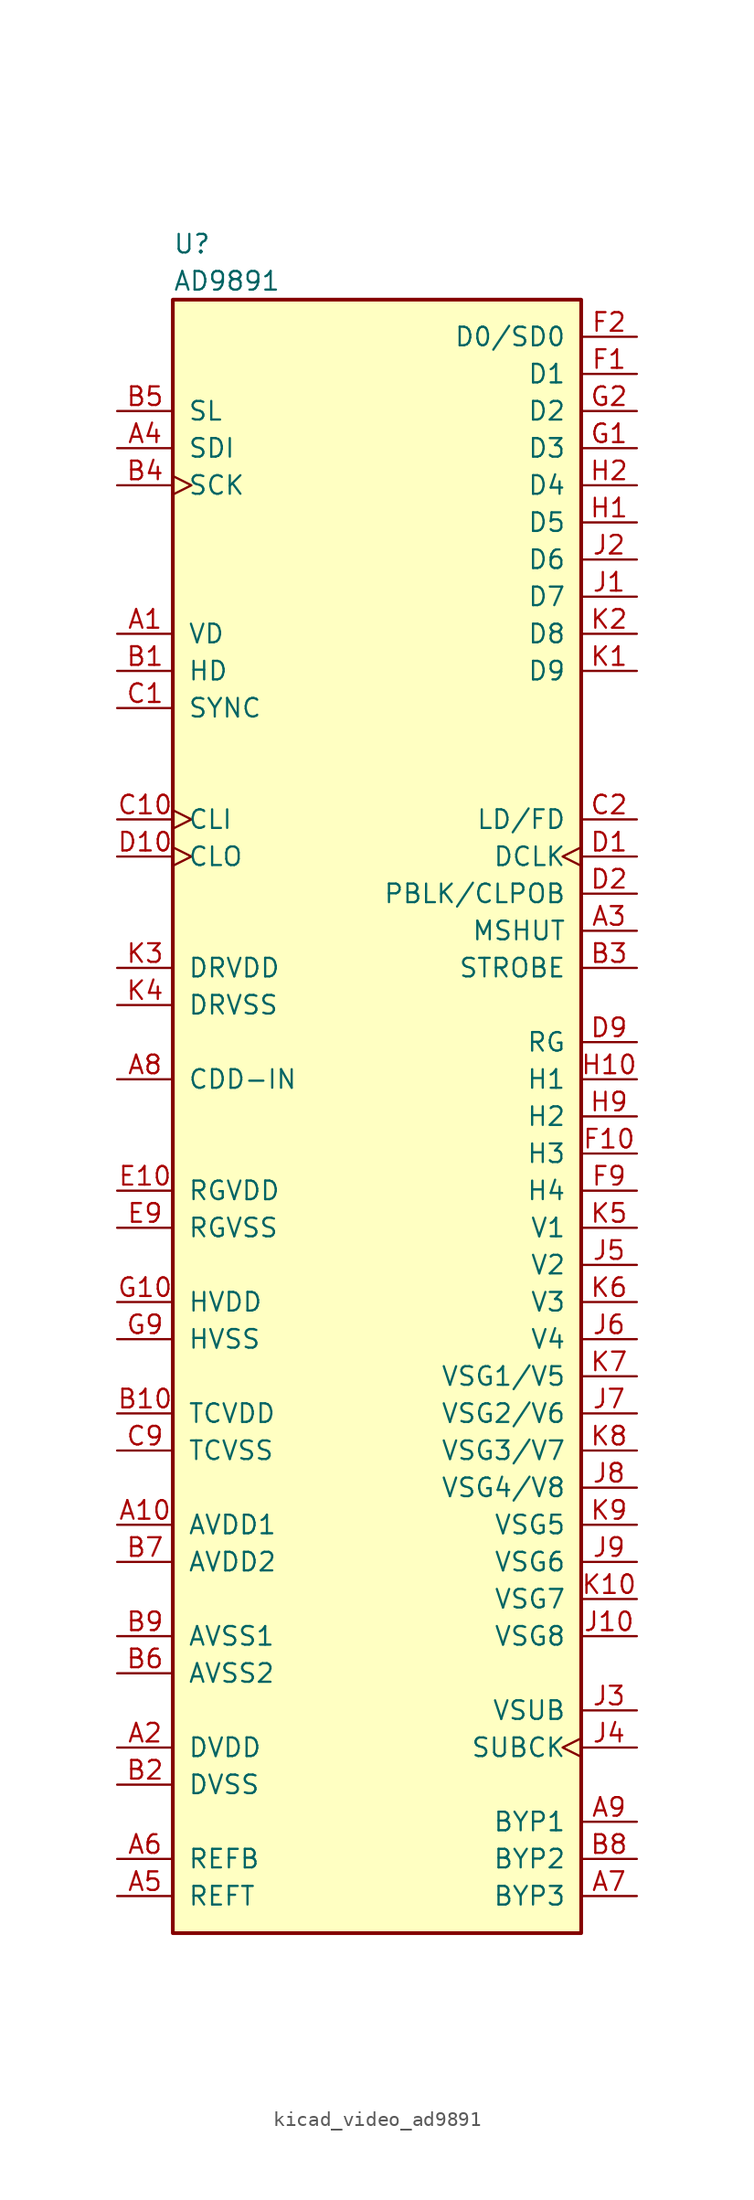
<source format=kicad_sym>
(kicad_symbol_lib
  (version 20220914)
  (generator kicad_symbol_editor)
  (symbol "kicad_video_ad9891"
    (pin_names
      (offset 1.016))
    (property "Reference" "U"
      (at -13.97 59.69 0)
      (effects (font (size 1.27 1.27)) (justify left)))
    (property "Value" "AD9891"
      (at -13.97 57.15 0)
      (effects (font (size 1.27 1.27)) (justify left)))
    (symbol "kicad_video_ad9891_0_1"
      (rectangle (start 13.97 -55.88) (end -13.97 55.88) (stroke (width 0.254) (type default)) (fill (type background))))
    (symbol "kicad_video_ad9891_1_1"
      (pin bidirectional line (at -17.78 33.02 0) (length 3.81) (name "VD" (effects (font (size 1.27 1.27)))) (number "A1" (effects (font (size 1.27 1.27)))))
      (pin power_in line (at -17.78 -27.94 0) (length 3.81) (name "AVDD1" (effects (font (size 1.27 1.27)))) (number "A10" (effects (font (size 1.27 1.27)))))
      (pin power_in line (at -17.78 -43.18 0) (length 3.81) (name "DVDD" (effects (font (size 1.27 1.27)))) (number "A2" (effects (font (size 1.27 1.27)))))
      (pin output line (at 17.78 12.7 180) (length 3.81) (name "MSHUT" (effects (font (size 1.27 1.27)))) (number "A3" (effects (font (size 1.27 1.27)))))
      (pin input line (at -17.78 45.72 0) (length 3.81) (name "SDI" (effects (font (size 1.27 1.27)))) (number "A4" (effects (font (size 1.27 1.27)))))
      (pin output line (at -17.78 -53.34 0) (length 3.81) (name "REFT" (effects (font (size 1.27 1.27)))) (number "A5" (effects (font (size 1.27 1.27)))))
      (pin output line (at -17.78 -50.8 0) (length 3.81) (name "REFB" (effects (font (size 1.27 1.27)))) (number "A6" (effects (font (size 1.27 1.27)))))
      (pin output line (at 17.78 -53.34 180) (length 3.81) (name "BYP3" (effects (font (size 1.27 1.27)))) (number "A7" (effects (font (size 1.27 1.27)))))
      (pin input line (at -17.78 2.54 0) (length 3.81) (name "CDD-IN" (effects (font (size 1.27 1.27)))) (number "A8" (effects (font (size 1.27 1.27)))))
      (pin output line (at 17.78 -48.26 180) (length 3.81) (name "BYP1" (effects (font (size 1.27 1.27)))) (number "A9" (effects (font (size 1.27 1.27)))))
      (pin bidirectional line (at -17.78 30.48 0) (length 3.81) (name "HD" (effects (font (size 1.27 1.27)))) (number "B1" (effects (font (size 1.27 1.27)))))
      (pin power_in line (at -17.78 -20.32 0) (length 3.81) (name "TCVDD" (effects (font (size 1.27 1.27)))) (number "B10" (effects (font (size 1.27 1.27)))))
      (pin power_in line (at -17.78 -45.72 0) (length 3.81) (name "DVSS" (effects (font (size 1.27 1.27)))) (number "B2" (effects (font (size 1.27 1.27)))))
      (pin output line (at 17.78 10.16 180) (length 3.81) (name "STROBE" (effects (font (size 1.27 1.27)))) (number "B3" (effects (font (size 1.27 1.27)))))
      (pin input clock (at -17.78 43.18 0) (length 3.81) (name "SCK" (effects (font (size 1.27 1.27)))) (number "B4" (effects (font (size 1.27 1.27)))))
      (pin input line (at -17.78 48.26 0) (length 3.81) (name "SL" (effects (font (size 1.27 1.27)))) (number "B5" (effects (font (size 1.27 1.27)))))
      (pin power_in line (at -17.78 -38.1 0) (length 3.81) (name "AVSS2" (effects (font (size 1.27 1.27)))) (number "B6" (effects (font (size 1.27 1.27)))))
      (pin power_in line (at -17.78 -30.48 0) (length 3.81) (name "AVDD2" (effects (font (size 1.27 1.27)))) (number "B7" (effects (font (size 1.27 1.27)))))
      (pin output line (at 17.78 -50.8 180) (length 3.81) (name "BYP2" (effects (font (size 1.27 1.27)))) (number "B8" (effects (font (size 1.27 1.27)))))
      (pin power_in line (at -17.78 -35.56 0) (length 3.81) (name "AVSS1" (effects (font (size 1.27 1.27)))) (number "B9" (effects (font (size 1.27 1.27)))))
      (pin input line (at -17.78 27.94 0) (length 3.81) (name "SYNC" (effects (font (size 1.27 1.27)))) (number "C1" (effects (font (size 1.27 1.27)))))
      (pin input clock (at -17.78 20.32 0) (length 3.81) (name "CLI" (effects (font (size 1.27 1.27)))) (number "C10" (effects (font (size 1.27 1.27)))))
      (pin output line (at 17.78 20.32 180) (length 3.81) (name "LD/FD" (effects (font (size 1.27 1.27)))) (number "C2" (effects (font (size 1.27 1.27)))))
      (pin power_in line (at -17.78 -22.86 0) (length 3.81) (name "TCVSS" (effects (font (size 1.27 1.27)))) (number "C9" (effects (font (size 1.27 1.27)))))
      (pin output clock (at 17.78 17.78 180) (length 3.81) (name "DCLK" (effects (font (size 1.27 1.27)))) (number "D1" (effects (font (size 1.27 1.27)))))
      (pin output clock (at -17.78 17.78 0) (length 3.81) (name "CLO" (effects (font (size 1.27 1.27)))) (number "D10" (effects (font (size 1.27 1.27)))))
      (pin output line (at 17.78 15.24 180) (length 3.81) (name "PBLK/CLPOB" (effects (font (size 1.27 1.27)))) (number "D2" (effects (font (size 1.27 1.27)))))
      (pin output line (at 17.78 5.08 180) (length 3.81) (name "RG" (effects (font (size 1.27 1.27)))) (number "D9" (effects (font (size 1.27 1.27)))))
      (pin power_in line (at -17.78 -5.08 0) (length 3.81) (name "RGVDD" (effects (font (size 1.27 1.27)))) (number "E10" (effects (font (size 1.27 1.27)))))
      (pin power_in line (at -17.78 -7.62 0) (length 3.81) (name "RGVSS" (effects (font (size 1.27 1.27)))) (number "E9" (effects (font (size 1.27 1.27)))))
      (pin output line (at 17.78 50.8 180) (length 3.81) (name "D1" (effects (font (size 1.27 1.27)))) (number "F1" (effects (font (size 1.27 1.27)))))
      (pin output line (at 17.78 -2.54 180) (length 3.81) (name "H3" (effects (font (size 1.27 1.27)))) (number "F10" (effects (font (size 1.27 1.27)))))
      (pin output line (at 17.78 53.34 180) (length 3.81) (name "D0/SD0" (effects (font (size 1.27 1.27)))) (number "F2" (effects (font (size 1.27 1.27)))))
      (pin output line (at 17.78 -5.08 180) (length 3.81) (name "H4" (effects (font (size 1.27 1.27)))) (number "F9" (effects (font (size 1.27 1.27)))))
      (pin output line (at 17.78 45.72 180) (length 3.81) (name "D3" (effects (font (size 1.27 1.27)))) (number "G1" (effects (font (size 1.27 1.27)))))
      (pin power_in line (at -17.78 -12.7 0) (length 3.81) (name "HVDD" (effects (font (size 1.27 1.27)))) (number "G10" (effects (font (size 1.27 1.27)))))
      (pin output line (at 17.78 48.26 180) (length 3.81) (name "D2" (effects (font (size 1.27 1.27)))) (number "G2" (effects (font (size 1.27 1.27)))))
      (pin power_in line (at -17.78 -15.24 0) (length 3.81) (name "HVSS" (effects (font (size 1.27 1.27)))) (number "G9" (effects (font (size 1.27 1.27)))))
      (pin output line (at 17.78 40.64 180) (length 3.81) (name "D5" (effects (font (size 1.27 1.27)))) (number "H1" (effects (font (size 1.27 1.27)))))
      (pin output line (at 17.78 2.54 180) (length 3.81) (name "H1" (effects (font (size 1.27 1.27)))) (number "H10" (effects (font (size 1.27 1.27)))))
      (pin output line (at 17.78 43.18 180) (length 3.81) (name "D4" (effects (font (size 1.27 1.27)))) (number "H2" (effects (font (size 1.27 1.27)))))
      (pin output line (at 17.78 0 180) (length 3.81) (name "H2" (effects (font (size 1.27 1.27)))) (number "H9" (effects (font (size 1.27 1.27)))))
      (pin output line (at 17.78 35.56 180) (length 3.81) (name "D7" (effects (font (size 1.27 1.27)))) (number "J1" (effects (font (size 1.27 1.27)))))
      (pin output line (at 17.78 -35.56 180) (length 3.81) (name "VSG8" (effects (font (size 1.27 1.27)))) (number "J10" (effects (font (size 1.27 1.27)))))
      (pin output line (at 17.78 38.1 180) (length 3.81) (name "D6" (effects (font (size 1.27 1.27)))) (number "J2" (effects (font (size 1.27 1.27)))))
      (pin output line (at 17.78 -40.64 180) (length 3.81) (name "VSUB" (effects (font (size 1.27 1.27)))) (number "J3" (effects (font (size 1.27 1.27)))))
      (pin output clock (at 17.78 -43.18 180) (length 3.81) (name "SUBCK" (effects (font (size 1.27 1.27)))) (number "J4" (effects (font (size 1.27 1.27)))))
      (pin output line (at 17.78 -10.16 180) (length 3.81) (name "V2" (effects (font (size 1.27 1.27)))) (number "J5" (effects (font (size 1.27 1.27)))))
      (pin output line (at 17.78 -15.24 180) (length 3.81) (name "V4" (effects (font (size 1.27 1.27)))) (number "J6" (effects (font (size 1.27 1.27)))))
      (pin output line (at 17.78 -20.32 180) (length 3.81) (name "VSG2/V6" (effects (font (size 1.27 1.27)))) (number "J7" (effects (font (size 1.27 1.27)))))
      (pin output line (at 17.78 -25.4 180) (length 3.81) (name "VSG4/V8" (effects (font (size 1.27 1.27)))) (number "J8" (effects (font (size 1.27 1.27)))))
      (pin output line (at 17.78 -30.48 180) (length 3.81) (name "VSG6" (effects (font (size 1.27 1.27)))) (number "J9" (effects (font (size 1.27 1.27)))))
      (pin input line (at 17.78 30.48 180) (length 3.81) (name "D9" (effects (font (size 1.27 1.27)))) (number "K1" (effects (font (size 1.27 1.27)))))
      (pin output line (at 17.78 -33.02 180) (length 3.81) (name "VSG7" (effects (font (size 1.27 1.27)))) (number "K10" (effects (font (size 1.27 1.27)))))
      (pin output line (at 17.78 33.02 180) (length 3.81) (name "D8" (effects (font (size 1.27 1.27)))) (number "K2" (effects (font (size 1.27 1.27)))))
      (pin power_out line (at -17.78 10.16 0) (length 3.81) (name "DRVDD" (effects (font (size 1.27 1.27)))) (number "K3" (effects (font (size 1.27 1.27)))))
      (pin power_out line (at -17.78 7.62 0) (length 3.81) (name "DRVSS" (effects (font (size 1.27 1.27)))) (number "K4" (effects (font (size 1.27 1.27)))))
      (pin output line (at 17.78 -7.62 180) (length 3.81) (name "V1" (effects (font (size 1.27 1.27)))) (number "K5" (effects (font (size 1.27 1.27)))))
      (pin output line (at 17.78 -12.7 180) (length 3.81) (name "V3" (effects (font (size 1.27 1.27)))) (number "K6" (effects (font (size 1.27 1.27)))))
      (pin output line (at 17.78 -17.78 180) (length 3.81) (name "VSG1/V5" (effects (font (size 1.27 1.27)))) (number "K7" (effects (font (size 1.27 1.27)))))
      (pin output line (at 17.78 -22.86 180) (length 3.81) (name "VSG3/V7" (effects (font (size 1.27 1.27)))) (number "K8" (effects (font (size 1.27 1.27)))))
      (pin output line (at 17.78 -27.94 180) (length 3.81) (name "VSG5" (effects (font (size 1.27 1.27)))) (number "K9" (effects (font (size 1.27 1.27))))))))
</source>
